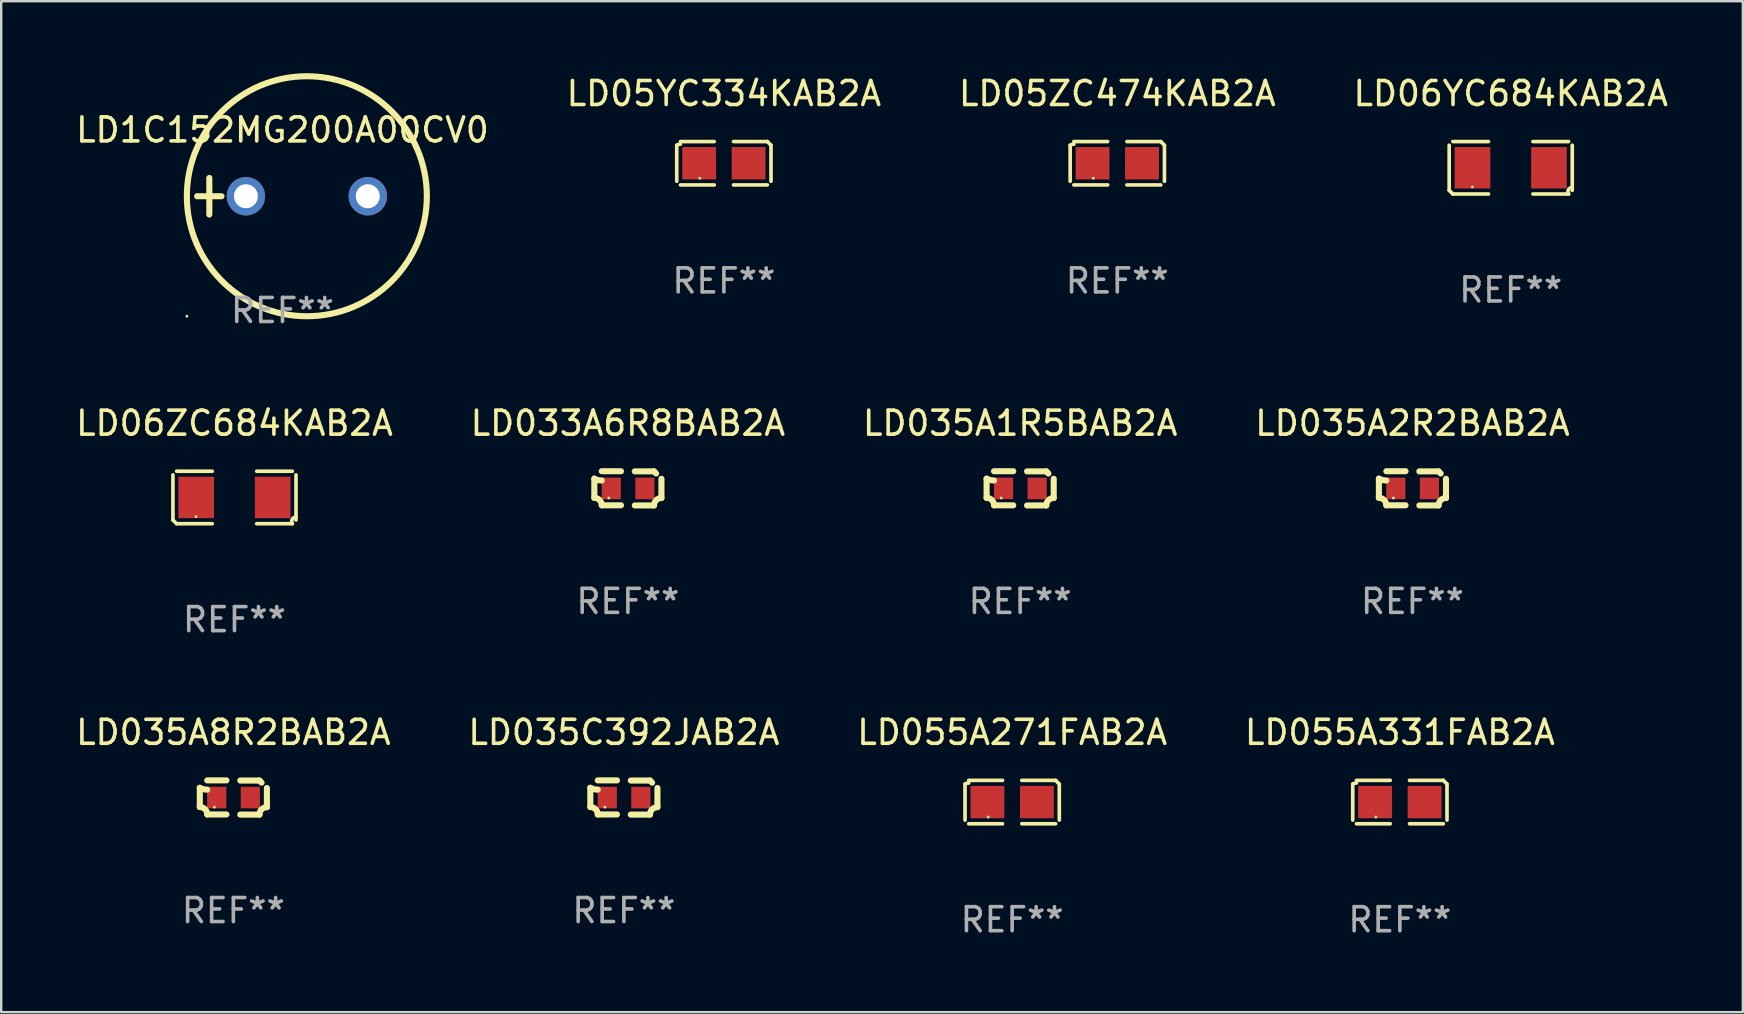
<source format=kicad_pcb>
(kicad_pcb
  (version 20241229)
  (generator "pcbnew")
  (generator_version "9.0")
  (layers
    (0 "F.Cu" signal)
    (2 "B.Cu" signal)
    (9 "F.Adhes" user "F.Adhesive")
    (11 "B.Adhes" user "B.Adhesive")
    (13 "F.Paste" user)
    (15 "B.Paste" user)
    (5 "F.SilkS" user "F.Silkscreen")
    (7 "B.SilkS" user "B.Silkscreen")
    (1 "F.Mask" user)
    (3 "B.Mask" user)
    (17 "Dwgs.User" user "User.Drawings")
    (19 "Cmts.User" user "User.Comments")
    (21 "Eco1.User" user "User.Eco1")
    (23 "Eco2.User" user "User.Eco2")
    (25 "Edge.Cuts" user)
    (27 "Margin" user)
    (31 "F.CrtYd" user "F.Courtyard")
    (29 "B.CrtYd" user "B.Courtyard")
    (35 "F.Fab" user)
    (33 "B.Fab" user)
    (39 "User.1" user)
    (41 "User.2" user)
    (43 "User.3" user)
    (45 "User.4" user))
  (footprint "LD06ZC684KAB2A"
    (layer "F.Cu")
    (at 6.72 17.678)
    (property "Reference" "LD06ZC684KAB2A" (at 0 -3.093 0) (layer "F.SilkS") (effects (font (size 1 1) (thickness 0.15))))
    (attr through_hole)
    (fp_line (start -2.564 0.94) (end -2.564 -0.94) (stroke (width 0.152) (type solid)) (layer "F.SilkS"))
    (fp_line (start -2.411 -1.093) (end -0.926 -1.093) (stroke (width 0.152) (type solid)) (layer "F.SilkS"))
    (fp_line (start -0.926 1.093) (end -2.411 1.093) (stroke (width 0.152) (type solid)) (layer "F.SilkS"))
    (fp_line (start 0.926 1.093) (end 2.411 1.093) (stroke (width 0.152) (type solid)) (layer "F.SilkS"))
    (fp_line (start 2.411 -1.093) (end 0.926 -1.093) (stroke (width 0.152) (type solid)) (layer "F.SilkS"))
    (fp_line (start 2.564 0.94) (end 2.564 -0.94) (stroke (width 0.152) (type solid)) (layer "F.SilkS"))
    (fp_arc (start -2.411201 1.092609) (mid -2.487413 1.01642) (end -2.563602 0.940208) (stroke (width 0.1524) (type solid)) (layer "F.SilkS"))
    (fp_arc (start 2.411201 1.092609) (mid 2.407159 0.911226) (end 2.563602 0.819347) (stroke (width 0.1524) (type solid)) (layer "F.SilkS"))
    (fp_circle (center -1.6 0.8) (end -1.57 0.8) (stroke (width 0.06) (type solid)) (fill no) (layer "F.SilkS"))
    (fp_text user "REF**" (at 0 5.093 0) (layer "F.Fab") (effects (font (size 1 1) (thickness 0.15))))
    (pad "1" smd rect (at -1.593 0) (size 1.485 1.728) (layers "F.Cu" "F.Mask" "F.Paste"))
    (pad "2" smd rect (at 1.593 0) (size 1.485 1.728) (layers "F.Cu" "F.Mask" "F.Paste")))
  (footprint "LD05YC334KAB2A"
    (layer "F.Cu")
    (at 27.113 3.752)
    (property "Reference" "LD05YC334KAB2A" (at 0 -2.904 0) (layer "F.SilkS") (effects (font (size 1 1) (thickness 0.15))))
    (attr through_hole)
    (fp_line (start -1.964 0.751) (end -1.964 -0.751) (stroke (width 0.152) (type solid)) (layer "F.SilkS"))
    (fp_line (start -1.811 -0.904) (end -0.401 -0.904) (stroke (width 0.152) (type solid)) (layer "F.SilkS"))
    (fp_line (start -0.401 0.904) (end -1.811 0.904) (stroke (width 0.152) (type solid)) (layer "F.SilkS"))
    (fp_line (start 0.401 0.904) (end 1.811 0.904) (stroke (width 0.152) (type solid)) (layer "F.SilkS"))
    (fp_line (start 1.811 -0.904) (end 0.401 -0.904) (stroke (width 0.152) (type solid)) (layer "F.SilkS"))
    (fp_line (start 1.964 0.751) (end 1.964 -0.751) (stroke (width 0.152) (type solid)) (layer "F.SilkS"))
    (fp_arc (start -1.963602 -0.751207) (mid -1.890354 -0.783131) (end -1.811201 -0.794044) (stroke (width 0.1524) (type solid)) (layer "F.SilkS"))
    (fp_arc (start 1.811202 -0.903607) (mid 1.887413 -0.827418) (end 1.963602 -0.751207) (stroke (width 0.1524) (type solid)) (layer "F.SilkS"))
    (fp_circle (center -1 0.625) (end -0.97 0.625) (stroke (width 0.06) (type solid)) (fill no) (layer "F.SilkS"))
    (fp_text user "REF**" (at 0 4.904 0) (layer "F.Fab") (effects (font (size 1 1) (thickness 0.15))))
    (pad "1" smd rect (at -1.03 0) (size 1.41 1.35) (layers "F.Cu" "F.Mask" "F.Paste"))
    (pad "2" smd rect (at 1.03 0) (size 1.41 1.35) (layers "F.Cu" "F.Mask" "F.Paste")))
  (footprint "LD035A8R2BAB2A"
    (layer "F.Cu")
    (at 6.673 30.18)
    (property "Reference" "LD035A8R2BAB2A" (at 0 -2.713 0) (layer "F.SilkS") (effects (font (size 1 1) (thickness 0.15))))
    (attr through_hole)
    (fp_line (start -1.398 -0.403) (end -1.398 0.397) (stroke (width 0.254) (type solid)) (layer "F.SilkS"))
    (fp_line (start -0.288 -0.713) (end -1.088 -0.713) (stroke (width 0.254) (type solid)) (layer "F.SilkS"))
    (fp_line (start -0.288 0.707) (end -1.088 0.707) (stroke (width 0.254) (type solid)) (layer "F.SilkS"))
    (fp_line (start 0.288 -0.707) (end 1.088 -0.707) (stroke (width 0.254) (type solid)) (layer "F.SilkS"))
    (fp_line (start 0.288 0.713) (end 1.088 0.713) (stroke (width 0.254) (type solid)) (layer "F.SilkS"))
    (fp_line (start 1.398 -0.397) (end 1.398 0.403) (stroke (width 0.254) (type solid)) (layer "F.SilkS"))
    (fp_arc (start -1.397789 0.397066) (mid -1.178701 0.487826) (end -1.08796 0.706922) (stroke (width 0.254001) (type solid)) (layer "F.SilkS"))
    (fp_arc (start -1.08796 -0.327176) (mid -1.247436 -0.346384) (end -1.39779 -0.402908) (stroke (width 0.254001) (type solid)) (layer "F.SilkS"))
    (fp_arc (start 1.087909 0.712738) (mid 1.178656 0.493655) (end 1.397739 0.402908) (stroke (width 0.254001) (type solid)) (layer "F.SilkS"))
    (fp_arc (start 1.175925 -0.618926) (mid 1.131917 -0.662923) (end 1.08791 -0.706922) (stroke (width 0.254001) (type solid)) (layer "F.SilkS"))
    (fp_circle (center -0.792 0.403) (end -0.762 0.403) (stroke (width 0.06) (type solid)) (fill no) (layer "F.SilkS"))
    (fp_text user "REF**" (at 0 4.713 0) (layer "F.Fab") (effects (font (size 1 1) (thickness 0.15))))
    (pad "1" smd rect (at -0.692 0.003) (size 0.8 0.9) (layers "F.Cu" "F.Mask" "F.Paste"))
    (pad "2" smd rect (at 0.708 0.003) (size 0.8 0.9) (layers "F.Cu" "F.Mask" "F.Paste")))
  (footprint "LD055A271FAB2A"
    (layer "F.Cu")
    (at 39.125 30.371)
    (property "Reference" "LD055A271FAB2A" (at 0 -2.904 0) (layer "F.SilkS") (effects (font (size 1 1) (thickness 0.15))))
    (attr through_hole)
    (fp_line (start -1.964 0.751) (end -1.964 -0.751) (stroke (width 0.152) (type solid)) (layer "F.SilkS"))
    (fp_line (start -1.811 -0.904) (end -0.401 -0.904) (stroke (width 0.152) (type solid)) (layer "F.SilkS"))
    (fp_line (start -0.401 0.904) (end -1.811 0.904) (stroke (width 0.152) (type solid)) (layer "F.SilkS"))
    (fp_line (start 0.401 0.904) (end 1.811 0.904) (stroke (width 0.152) (type solid)) (layer "F.SilkS"))
    (fp_line (start 1.811 -0.904) (end 0.401 -0.904) (stroke (width 0.152) (type solid)) (layer "F.SilkS"))
    (fp_line (start 1.964 0.751) (end 1.964 -0.751) (stroke (width 0.152) (type solid)) (layer "F.SilkS"))
    (fp_arc (start -1.963602 -0.751207) (mid -1.890354 -0.783131) (end -1.811201 -0.794044) (stroke (width 0.1524) (type solid)) (layer "F.SilkS"))
    (fp_arc (start 1.811202 -0.903607) (mid 1.887413 -0.827418) (end 1.963602 -0.751207) (stroke (width 0.1524) (type solid)) (layer "F.SilkS"))
    (fp_circle (center -1 0.625) (end -0.97 0.625) (stroke (width 0.06) (type solid)) (fill no) (layer "F.SilkS"))
    (fp_text user "REF**" (at 0 4.904 0) (layer "F.Fab") (effects (font (size 1 1) (thickness 0.15))))
    (pad "1" smd rect (at -1.03 0) (size 1.41 1.35) (layers "F.Cu" "F.Mask" "F.Paste"))
    (pad "2" smd rect (at 1.03 0) (size 1.41 1.35) (layers "F.Cu" "F.Mask" "F.Paste")))
  (footprint "LD035A1R5BAB2A"
    (layer "F.Cu")
    (at 39.458 17.298)
    (property "Reference" "LD035A1R5BAB2A" (at 0 -2.713 0) (layer "F.SilkS") (effects (font (size 1 1) (thickness 0.15))))
    (attr through_hole)
    (fp_line (start -1.398 -0.403) (end -1.398 0.397) (stroke (width 0.254) (type solid)) (layer "F.SilkS"))
    (fp_line (start -0.288 -0.713) (end -1.088 -0.713) (stroke (width 0.254) (type solid)) (layer "F.SilkS"))
    (fp_line (start -0.288 0.707) (end -1.088 0.707) (stroke (width 0.254) (type solid)) (layer "F.SilkS"))
    (fp_line (start 0.288 -0.707) (end 1.088 -0.707) (stroke (width 0.254) (type solid)) (layer "F.SilkS"))
    (fp_line (start 0.288 0.713) (end 1.088 0.713) (stroke (width 0.254) (type solid)) (layer "F.SilkS"))
    (fp_line (start 1.398 -0.397) (end 1.398 0.403) (stroke (width 0.254) (type solid)) (layer "F.SilkS"))
    (fp_arc (start -1.397789 0.397066) (mid -1.178701 0.487826) (end -1.08796 0.706922) (stroke (width 0.254001) (type solid)) (layer "F.SilkS"))
    (fp_arc (start -1.08796 -0.327176) (mid -1.247436 -0.346384) (end -1.39779 -0.402908) (stroke (width 0.254001) (type solid)) (layer "F.SilkS"))
    (fp_arc (start 1.087909 0.712738) (mid 1.178656 0.493655) (end 1.397739 0.402908) (stroke (width 0.254001) (type solid)) (layer "F.SilkS"))
    (fp_arc (start 1.175925 -0.618926) (mid 1.131917 -0.662923) (end 1.08791 -0.706922) (stroke (width 0.254001) (type solid)) (layer "F.SilkS"))
    (fp_circle (center -0.792 0.403) (end -0.762 0.403) (stroke (width 0.06) (type solid)) (fill no) (layer "F.SilkS"))
    (fp_text user "REF**" (at 0 4.713 0) (layer "F.Fab") (effects (font (size 1 1) (thickness 0.15))))
    (pad "1" smd rect (at -0.692 0.003) (size 0.8 0.9) (layers "F.Cu" "F.Mask" "F.Paste"))
    (pad "2" smd rect (at 0.708 0.003) (size 0.8 0.9) (layers "F.Cu" "F.Mask" "F.Paste")))
  (footprint "LD06YC684KAB2A"
    (layer "F.Cu")
    (at 59.899 3.941)
    (property "Reference" "LD06YC684KAB2A" (at 0 -3.093 0) (layer "F.SilkS") (effects (font (size 1 1) (thickness 0.15))))
    (attr through_hole)
    (fp_line (start -2.564 0.94) (end -2.564 -0.94) (stroke (width 0.152) (type solid)) (layer "F.SilkS"))
    (fp_line (start -2.411 -1.093) (end -0.926 -1.093) (stroke (width 0.152) (type solid)) (layer "F.SilkS"))
    (fp_line (start -0.926 1.093) (end -2.411 1.093) (stroke (width 0.152) (type solid)) (layer "F.SilkS"))
    (fp_line (start 0.926 1.093) (end 2.411 1.093) (stroke (width 0.152) (type solid)) (layer "F.SilkS"))
    (fp_line (start 2.411 -1.093) (end 0.926 -1.093) (stroke (width 0.152) (type solid)) (layer "F.SilkS"))
    (fp_line (start 2.564 0.94) (end 2.564 -0.94) (stroke (width 0.152) (type solid)) (layer "F.SilkS"))
    (fp_arc (start -2.411201 1.092609) (mid -2.487413 1.01642) (end -2.563602 0.940208) (stroke (width 0.1524) (type solid)) (layer "F.SilkS"))
    (fp_arc (start 2.411201 1.092609) (mid 2.407159 0.911226) (end 2.563602 0.819347) (stroke (width 0.1524) (type solid)) (layer "F.SilkS"))
    (fp_circle (center -1.6 0.8) (end -1.57 0.8) (stroke (width 0.06) (type solid)) (fill no) (layer "F.SilkS"))
    (fp_text user "REF**" (at 0 5.093 0) (layer "F.Fab") (effects (font (size 1 1) (thickness 0.15))))
    (pad "1" smd rect (at -1.593 0) (size 1.485 1.728) (layers "F.Cu" "F.Mask" "F.Paste"))
    (pad "2" smd rect (at 1.593 0) (size 1.485 1.728) (layers "F.Cu" "F.Mask" "F.Paste")))
  (footprint "LD035C392JAB2A"
    (layer "F.Cu")
    (at 22.946 30.18)
    (property "Reference" "LD035C392JAB2A" (at 0 -2.713 0) (layer "F.SilkS") (effects (font (size 1 1) (thickness 0.15))))
    (attr through_hole)
    (fp_line (start -1.398 -0.403) (end -1.398 0.397) (stroke (width 0.254) (type solid)) (layer "F.SilkS"))
    (fp_line (start -0.288 -0.713) (end -1.088 -0.713) (stroke (width 0.254) (type solid)) (layer "F.SilkS"))
    (fp_line (start -0.288 0.707) (end -1.088 0.707) (stroke (width 0.254) (type solid)) (layer "F.SilkS"))
    (fp_line (start 0.288 -0.707) (end 1.088 -0.707) (stroke (width 0.254) (type solid)) (layer "F.SilkS"))
    (fp_line (start 0.288 0.713) (end 1.088 0.713) (stroke (width 0.254) (type solid)) (layer "F.SilkS"))
    (fp_line (start 1.398 -0.397) (end 1.398 0.403) (stroke (width 0.254) (type solid)) (layer "F.SilkS"))
    (fp_arc (start -1.397789 0.397066) (mid -1.178701 0.487826) (end -1.08796 0.706922) (stroke (width 0.254001) (type solid)) (layer "F.SilkS"))
    (fp_arc (start -1.08796 -0.327176) (mid -1.247436 -0.346384) (end -1.39779 -0.402908) (stroke (width 0.254001) (type solid)) (layer "F.SilkS"))
    (fp_arc (start 1.087909 0.712738) (mid 1.178656 0.493655) (end 1.397739 0.402908) (stroke (width 0.254001) (type solid)) (layer "F.SilkS"))
    (fp_arc (start 1.175925 -0.618926) (mid 1.131917 -0.662923) (end 1.08791 -0.706922) (stroke (width 0.254001) (type solid)) (layer "F.SilkS"))
    (fp_circle (center -0.792 0.403) (end -0.762 0.403) (stroke (width 0.06) (type solid)) (fill no) (layer "F.SilkS"))
    (fp_text user "REF**" (at 0 4.713 0) (layer "F.Fab") (effects (font (size 1 1) (thickness 0.15))))
    (pad "1" smd rect (at -0.692 0.003) (size 0.8 0.9) (layers "F.Cu" "F.Mask" "F.Paste"))
    (pad "2" smd rect (at 0.708 0.003) (size 0.8 0.9) (layers "F.Cu" "F.Mask" "F.Paste")))
  (footprint "LD033A6R8BAB2A"
    (layer "F.Cu")
    (at 23.113 17.298)
    (property "Reference" "LD033A6R8BAB2A" (at 0 -2.713 0) (layer "F.SilkS") (effects (font (size 1 1) (thickness 0.15))))
    (attr through_hole)
    (fp_line (start -1.398 -0.403) (end -1.398 0.397) (stroke (width 0.254) (type solid)) (layer "F.SilkS"))
    (fp_line (start -0.288 -0.713) (end -1.088 -0.713) (stroke (width 0.254) (type solid)) (layer "F.SilkS"))
    (fp_line (start -0.288 0.707) (end -1.088 0.707) (stroke (width 0.254) (type solid)) (layer "F.SilkS"))
    (fp_line (start 0.288 -0.707) (end 1.088 -0.707) (stroke (width 0.254) (type solid)) (layer "F.SilkS"))
    (fp_line (start 0.288 0.713) (end 1.088 0.713) (stroke (width 0.254) (type solid)) (layer "F.SilkS"))
    (fp_line (start 1.398 -0.397) (end 1.398 0.403) (stroke (width 0.254) (type solid)) (layer "F.SilkS"))
    (fp_arc (start -1.397789 0.397066) (mid -1.178701 0.487826) (end -1.08796 0.706922) (stroke (width 0.254001) (type solid)) (layer "F.SilkS"))
    (fp_arc (start -1.08796 -0.327176) (mid -1.247436 -0.346384) (end -1.39779 -0.402908) (stroke (width 0.254001) (type solid)) (layer "F.SilkS"))
    (fp_arc (start 1.087909 0.712738) (mid 1.178656 0.493655) (end 1.397739 0.402908) (stroke (width 0.254001) (type solid)) (layer "F.SilkS"))
    (fp_arc (start 1.175925 -0.618926) (mid 1.131917 -0.662923) (end 1.08791 -0.706922) (stroke (width 0.254001) (type solid)) (layer "F.SilkS"))
    (fp_circle (center -0.792 0.403) (end -0.762 0.403) (stroke (width 0.06) (type solid)) (fill no) (layer "F.SilkS"))
    (fp_text user "REF**" (at 0 4.713 0) (layer "F.Fab") (effects (font (size 1 1) (thickness 0.15))))
    (pad "1" smd rect (at -0.692 0.003) (size 0.8 0.9) (layers "F.Cu" "F.Mask" "F.Paste"))
    (pad "2" smd rect (at 0.708 0.003) (size 0.8 0.9) (layers "F.Cu" "F.Mask" "F.Paste")))
  (footprint "LD1C152MG200A00CV0"
    (layer "F.Cu")
    (at 8.72 5.127)
    (property "Reference" "LD1C152MG200A00CV0" (at 0 -2.762 0) (layer "F.SilkS") (effects (font (size 1 1) (thickness 0.15))))
    (attr through_hole)
    (fp_line (start -3.556 0) (end -2.54 0) (stroke (width 0.254) (type solid)) (layer "F.SilkS"))
    (fp_line (start -3.048 -0.762) (end -3.048 0.762) (stroke (width 0.254) (type solid)) (layer "F.SilkS"))
    (fp_circle (center -3.984 5) (end -3.954 5) (stroke (width 0.06) (type solid)) (fill no) (layer "F.SilkS"))
    (fp_circle (center 1.016 0) (end 6.016 0) (stroke (width 0.254) (type solid)) (fill no) (layer "F.SilkS"))
    (fp_text user "REF**" (at 0 4.762 0) (layer "F.Fab") (effects (font (size 1 1) (thickness 0.15))))
    (pad "1" thru_hole circle (at -1.524 0) (size 1.6 1.6) (drill 1) (layers "*.Cu" "*.Mask"))
    (pad "2" thru_hole circle (at 3.556 0) (size 1.6 1.6) (drill 1) (layers "*.Cu" "*.Mask")))
  (footprint "LD05ZC474KAB2A"
    (layer "F.Cu")
    (at 43.506 3.752)
    (property "Reference" "LD05ZC474KAB2A" (at 0 -2.904 0) (layer "F.SilkS") (effects (font (size 1 1) (thickness 0.15))))
    (attr through_hole)
    (fp_line (start -1.964 0.751) (end -1.964 -0.751) (stroke (width 0.152) (type solid)) (layer "F.SilkS"))
    (fp_line (start -1.811 -0.904) (end -0.401 -0.904) (stroke (width 0.152) (type solid)) (layer "F.SilkS"))
    (fp_line (start -0.401 0.904) (end -1.811 0.904) (stroke (width 0.152) (type solid)) (layer "F.SilkS"))
    (fp_line (start 0.401 0.904) (end 1.811 0.904) (stroke (width 0.152) (type solid)) (layer "F.SilkS"))
    (fp_line (start 1.811 -0.904) (end 0.401 -0.904) (stroke (width 0.152) (type solid)) (layer "F.SilkS"))
    (fp_line (start 1.964 0.751) (end 1.964 -0.751) (stroke (width 0.152) (type solid)) (layer "F.SilkS"))
    (fp_arc (start -1.963602 -0.751207) (mid -1.890354 -0.783131) (end -1.811201 -0.794044) (stroke (width 0.1524) (type solid)) (layer "F.SilkS"))
    (fp_arc (start 1.811202 -0.903607) (mid 1.887413 -0.827418) (end 1.963602 -0.751207) (stroke (width 0.1524) (type solid)) (layer "F.SilkS"))
    (fp_circle (center -1 0.625) (end -0.97 0.625) (stroke (width 0.06) (type solid)) (fill no) (layer "F.SilkS"))
    (fp_text user "REF**" (at 0 4.904 0) (layer "F.Fab") (effects (font (size 1 1) (thickness 0.15))))
    (pad "1" smd rect (at -1.03 0) (size 1.41 1.35) (layers "F.Cu" "F.Mask" "F.Paste"))
    (pad "2" smd rect (at 1.03 0) (size 1.41 1.35) (layers "F.Cu" "F.Mask" "F.Paste")))
  (footprint "LD055A331FAB2A"
    (layer "F.Cu")
    (at 55.28 30.371)
    (property "Reference" "LD055A331FAB2A" (at 0 -2.904 0) (layer "F.SilkS") (effects (font (size 1 1) (thickness 0.15))))
    (attr through_hole)
    (fp_line (start -1.964 0.751) (end -1.964 -0.751) (stroke (width 0.152) (type solid)) (layer "F.SilkS"))
    (fp_line (start -1.811 -0.904) (end -0.401 -0.904) (stroke (width 0.152) (type solid)) (layer "F.SilkS"))
    (fp_line (start -0.401 0.904) (end -1.811 0.904) (stroke (width 0.152) (type solid)) (layer "F.SilkS"))
    (fp_line (start 0.401 0.904) (end 1.811 0.904) (stroke (width 0.152) (type solid)) (layer "F.SilkS"))
    (fp_line (start 1.811 -0.904) (end 0.401 -0.904) (stroke (width 0.152) (type solid)) (layer "F.SilkS"))
    (fp_line (start 1.964 0.751) (end 1.964 -0.751) (stroke (width 0.152) (type solid)) (layer "F.SilkS"))
    (fp_arc (start -1.963602 -0.751207) (mid -1.890354 -0.783131) (end -1.811201 -0.794044) (stroke (width 0.1524) (type solid)) (layer "F.SilkS"))
    (fp_arc (start 1.811202 -0.903607) (mid 1.887413 -0.827418) (end 1.963602 -0.751207) (stroke (width 0.1524) (type solid)) (layer "F.SilkS"))
    (fp_circle (center -1 0.625) (end -0.97 0.625) (stroke (width 0.06) (type solid)) (fill no) (layer "F.SilkS"))
    (fp_text user "REF**" (at 0 4.904 0) (layer "F.Fab") (effects (font (size 1 1) (thickness 0.15))))
    (pad "1" smd rect (at -1.03 0) (size 1.41 1.35) (layers "F.Cu" "F.Mask" "F.Paste"))
    (pad "2" smd rect (at 1.03 0) (size 1.41 1.35) (layers "F.Cu" "F.Mask" "F.Paste")))
  (footprint "LD035A2R2BAB2A"
    (layer "F.Cu")
    (at 55.804 17.298)
    (property "Reference" "LD035A2R2BAB2A" (at 0 -2.713 0) (layer "F.SilkS") (effects (font (size 1 1) (thickness 0.15))))
    (attr through_hole)
    (fp_line (start -1.398 -0.403) (end -1.398 0.397) (stroke (width 0.254) (type solid)) (layer "F.SilkS"))
    (fp_line (start -0.288 -0.713) (end -1.088 -0.713) (stroke (width 0.254) (type solid)) (layer "F.SilkS"))
    (fp_line (start -0.288 0.707) (end -1.088 0.707) (stroke (width 0.254) (type solid)) (layer "F.SilkS"))
    (fp_line (start 0.288 -0.707) (end 1.088 -0.707) (stroke (width 0.254) (type solid)) (layer "F.SilkS"))
    (fp_line (start 0.288 0.713) (end 1.088 0.713) (stroke (width 0.254) (type solid)) (layer "F.SilkS"))
    (fp_line (start 1.398 -0.397) (end 1.398 0.403) (stroke (width 0.254) (type solid)) (layer "F.SilkS"))
    (fp_arc (start -1.397789 0.397066) (mid -1.178701 0.487826) (end -1.08796 0.706922) (stroke (width 0.254001) (type solid)) (layer "F.SilkS"))
    (fp_arc (start -1.08796 -0.327176) (mid -1.247436 -0.346384) (end -1.39779 -0.402908) (stroke (width 0.254001) (type solid)) (layer "F.SilkS"))
    (fp_arc (start 1.087909 0.712738) (mid 1.178656 0.493655) (end 1.397739 0.402908) (stroke (width 0.254001) (type solid)) (layer "F.SilkS"))
    (fp_arc (start 1.175925 -0.618926) (mid 1.131917 -0.662923) (end 1.08791 -0.706922) (stroke (width 0.254001) (type solid)) (layer "F.SilkS"))
    (fp_circle (center -0.792 0.403) (end -0.762 0.403) (stroke (width 0.06) (type solid)) (fill no) (layer "F.SilkS"))
    (fp_text user "REF**" (at 0 4.713 0) (layer "F.Fab") (effects (font (size 1 1) (thickness 0.15))))
    (pad "1" smd rect (at -0.692 0.003) (size 0.8 0.9) (layers "F.Cu" "F.Mask" "F.Paste"))
    (pad "2" smd rect (at 0.708 0.003) (size 0.8 0.9) (layers "F.Cu" "F.Mask" "F.Paste")))
  (gr_rect
    (start -3 -3)
    (end 69.571 39.123)
    (stroke (width 0.1) (type default))
    (fill no)
    (layer "Edge.Cuts")))
</source>
